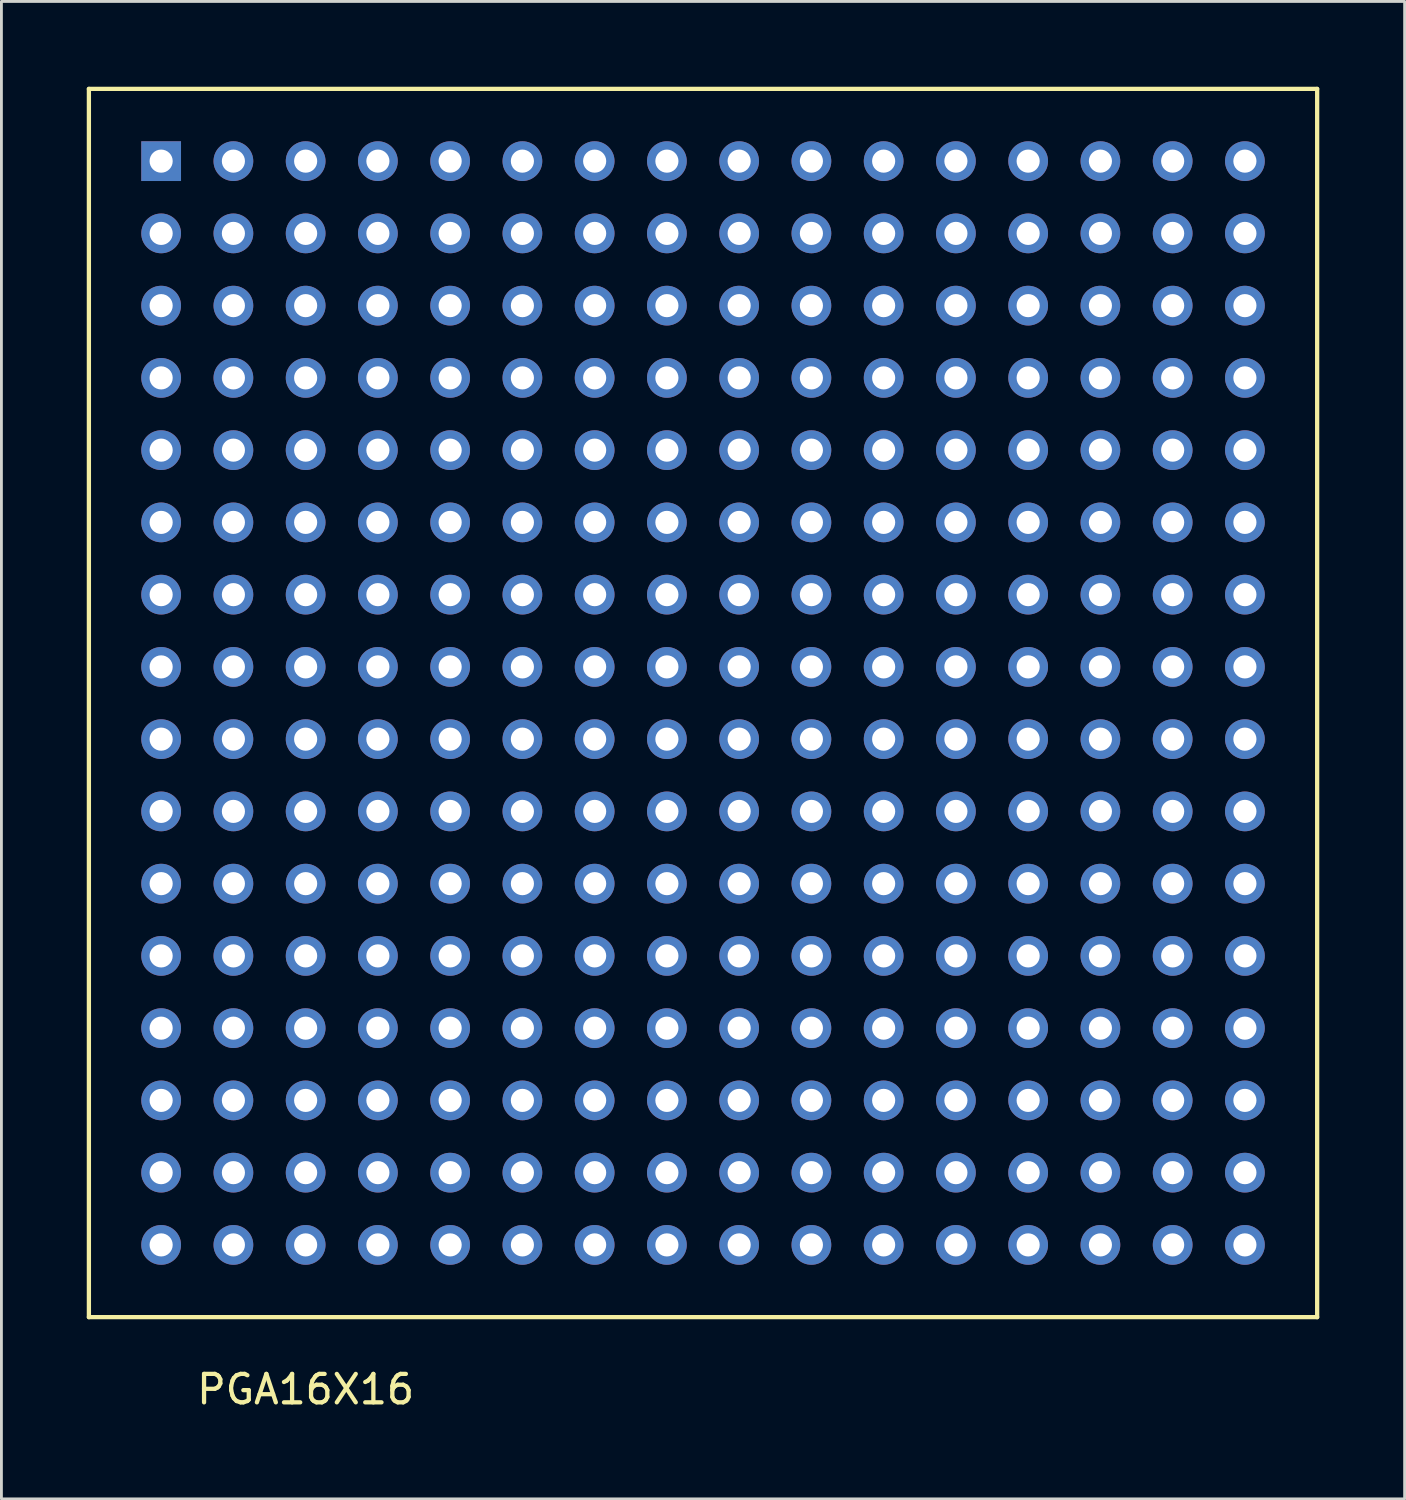
<source format=kicad_pcb>
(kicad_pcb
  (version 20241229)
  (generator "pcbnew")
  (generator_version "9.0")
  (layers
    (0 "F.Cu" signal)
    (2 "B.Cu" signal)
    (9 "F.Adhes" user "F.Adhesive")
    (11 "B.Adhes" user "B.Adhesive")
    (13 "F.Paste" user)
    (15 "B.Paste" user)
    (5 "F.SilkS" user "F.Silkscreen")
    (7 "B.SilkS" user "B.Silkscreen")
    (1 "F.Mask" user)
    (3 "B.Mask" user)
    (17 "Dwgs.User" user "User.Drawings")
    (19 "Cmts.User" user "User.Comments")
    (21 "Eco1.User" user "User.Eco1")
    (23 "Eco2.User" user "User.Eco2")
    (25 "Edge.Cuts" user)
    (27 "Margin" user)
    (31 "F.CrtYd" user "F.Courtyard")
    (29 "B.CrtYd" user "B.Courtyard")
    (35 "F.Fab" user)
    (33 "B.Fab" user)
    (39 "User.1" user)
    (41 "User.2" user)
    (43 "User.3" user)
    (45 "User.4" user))
  (footprint "PGA16X16"
    (layer "F.Cu")
    (at 21.665 21.665)
    (property "Reference" "PGA16X16" (at -13.97 24.13 0) (layer "F.SilkS") (effects (font (size 1 1) (thickness 0.15))))
    (attr through_hole)
    (fp_line (start -21.59 -21.59) (end 21.59 -21.59) (stroke (width 0.15) (type solid)) (layer "F.SilkS"))
    (fp_line (start -21.59 21.59) (end -21.59 -21.59) (stroke (width 0.15) (type solid)) (layer "F.SilkS"))
    (fp_line (start 21.59 -21.59) (end 21.59 21.59) (stroke (width 0.15) (type solid)) (layer "F.SilkS"))
    (fp_line (start 21.59 21.59) (end -21.59 21.59) (stroke (width 0.15) (type solid)) (layer "F.SilkS"))
    (pad "A1" thru_hole rect (at -19.05 -19.05) (size 1.397 1.397) (drill 0.813) (layers "*.Cu" "*.Mask"))
    (pad "A2" thru_hole circle (at -16.51 -19.05) (size 1.397 1.397) (drill 0.813) (layers "*.Cu" "*.Mask"))
    (pad "A3" thru_hole circle (at -13.97 -19.05) (size 1.397 1.397) (drill 0.813) (layers "*.Cu" "*.Mask"))
    (pad "A4" thru_hole circle (at -11.43 -19.05) (size 1.397 1.397) (drill 0.813) (layers "*.Cu" "*.Mask"))
    (pad "A5" thru_hole circle (at -8.89 -19.05) (size 1.397 1.397) (drill 0.813) (layers "*.Cu" "*.Mask"))
    (pad "A6" thru_hole circle (at -6.35 -19.05) (size 1.397 1.397) (drill 0.813) (layers "*.Cu" "*.Mask"))
    (pad "A7" thru_hole circle (at -3.81 -19.05) (size 1.397 1.397) (drill 0.813) (layers "*.Cu" "*.Mask"))
    (pad "A8" thru_hole circle (at -1.27 -19.05) (size 1.397 1.397) (drill 0.813) (layers "*.Cu" "*.Mask"))
    (pad "A9" thru_hole circle (at 1.27 -19.05) (size 1.397 1.397) (drill 0.813) (layers "*.Cu" "*.Mask"))
    (pad "A10" thru_hole circle (at 3.81 -19.05) (size 1.397 1.397) (drill 0.813) (layers "*.Cu" "*.Mask"))
    (pad "A11" thru_hole circle (at 6.35 -19.05) (size 1.397 1.397) (drill 0.813) (layers "*.Cu" "*.Mask"))
    (pad "A12" thru_hole circle (at 8.89 -19.05) (size 1.397 1.397) (drill 0.813) (layers "*.Cu" "*.Mask"))
    (pad "A13" thru_hole circle (at 11.43 -19.05) (size 1.397 1.397) (drill 0.813) (layers "*.Cu" "*.Mask"))
    (pad "A14" thru_hole circle (at 13.97 -19.05) (size 1.397 1.397) (drill 0.813) (layers "*.Cu" "*.Mask"))
    (pad "A15" thru_hole circle (at 16.51 -19.05) (size 1.397 1.397) (drill 0.813) (layers "*.Cu" "*.Mask"))
    (pad "A16" thru_hole circle (at 19.05 -19.05) (size 1.397 1.397) (drill 0.813) (layers "*.Cu" "*.Mask"))
    (pad "B1" thru_hole circle (at -19.05 -16.51) (size 1.397 1.397) (drill 0.813) (layers "*.Cu" "*.Mask"))
    (pad "B2" thru_hole circle (at -16.51 -16.51) (size 1.397 1.397) (drill 0.813) (layers "*.Cu" "*.Mask"))
    (pad "B3" thru_hole circle (at -13.97 -16.51) (size 1.397 1.397) (drill 0.813) (layers "*.Cu" "*.Mask"))
    (pad "B4" thru_hole circle (at -11.43 -16.51) (size 1.397 1.397) (drill 0.813) (layers "*.Cu" "*.Mask"))
    (pad "B5" thru_hole circle (at -8.89 -16.51) (size 1.397 1.397) (drill 0.813) (layers "*.Cu" "*.Mask"))
    (pad "B6" thru_hole circle (at -6.35 -16.51) (size 1.397 1.397) (drill 0.813) (layers "*.Cu" "*.Mask"))
    (pad "B7" thru_hole circle (at -3.81 -16.51) (size 1.397 1.397) (drill 0.813) (layers "*.Cu" "*.Mask"))
    (pad "B8" thru_hole circle (at -1.27 -16.51) (size 1.397 1.397) (drill 0.813) (layers "*.Cu" "*.Mask"))
    (pad "B9" thru_hole circle (at 1.27 -16.51) (size 1.397 1.397) (drill 0.813) (layers "*.Cu" "*.Mask"))
    (pad "B10" thru_hole circle (at 3.81 -16.51) (size 1.397 1.397) (drill 0.813) (layers "*.Cu" "*.Mask"))
    (pad "B11" thru_hole circle (at 6.35 -16.51) (size 1.397 1.397) (drill 0.813) (layers "*.Cu" "*.Mask"))
    (pad "B12" thru_hole circle (at 8.89 -16.51) (size 1.397 1.397) (drill 0.813) (layers "*.Cu" "*.Mask"))
    (pad "B13" thru_hole circle (at 11.43 -16.51) (size 1.397 1.397) (drill 0.813) (layers "*.Cu" "*.Mask"))
    (pad "B14" thru_hole circle (at 13.97 -16.51) (size 1.397 1.397) (drill 0.813) (layers "*.Cu" "*.Mask"))
    (pad "B15" thru_hole circle (at 16.51 -16.51) (size 1.397 1.397) (drill 0.813) (layers "*.Cu" "*.Mask"))
    (pad "B16" thru_hole circle (at 19.05 -16.51) (size 1.397 1.397) (drill 0.813) (layers "*.Cu" "*.Mask"))
    (pad "C1" thru_hole circle (at -19.05 -13.97) (size 1.397 1.397) (drill 0.813) (layers "*.Cu" "*.Mask"))
    (pad "C2" thru_hole circle (at -16.51 -13.97) (size 1.397 1.397) (drill 0.813) (layers "*.Cu" "*.Mask"))
    (pad "C3" thru_hole circle (at -13.97 -13.97) (size 1.397 1.397) (drill 0.813) (layers "*.Cu" "*.Mask"))
    (pad "C4" thru_hole circle (at -11.43 -13.97) (size 1.397 1.397) (drill 0.813) (layers "*.Cu" "*.Mask"))
    (pad "C5" thru_hole circle (at -8.89 -13.97) (size 1.397 1.397) (drill 0.813) (layers "*.Cu" "*.Mask"))
    (pad "C6" thru_hole circle (at -6.35 -13.97) (size 1.397 1.397) (drill 0.813) (layers "*.Cu" "*.Mask"))
    (pad "C7" thru_hole circle (at -3.81 -13.97) (size 1.397 1.397) (drill 0.813) (layers "*.Cu" "*.Mask"))
    (pad "C8" thru_hole circle (at -1.27 -13.97) (size 1.397 1.397) (drill 0.813) (layers "*.Cu" "*.Mask"))
    (pad "C9" thru_hole circle (at 1.27 -13.97) (size 1.397 1.397) (drill 0.813) (layers "*.Cu" "*.Mask"))
    (pad "C10" thru_hole circle (at 3.81 -13.97) (size 1.397 1.397) (drill 0.813) (layers "*.Cu" "*.Mask"))
    (pad "C11" thru_hole circle (at 6.35 -13.97) (size 1.397 1.397) (drill 0.813) (layers "*.Cu" "*.Mask"))
    (pad "C12" thru_hole circle (at 8.89 -13.97) (size 1.397 1.397) (drill 0.813) (layers "*.Cu" "*.Mask"))
    (pad "C13" thru_hole circle (at 11.43 -13.97) (size 1.397 1.397) (drill 0.813) (layers "*.Cu" "*.Mask"))
    (pad "C14" thru_hole circle (at 13.97 -13.97) (size 1.397 1.397) (drill 0.813) (layers "*.Cu" "*.Mask"))
    (pad "C15" thru_hole circle (at 16.51 -13.97) (size 1.397 1.397) (drill 0.813) (layers "*.Cu" "*.Mask"))
    (pad "C16" thru_hole circle (at 19.05 -13.97) (size 1.397 1.397) (drill 0.813) (layers "*.Cu" "*.Mask"))
    (pad "D1" thru_hole circle (at -19.05 -11.43) (size 1.397 1.397) (drill 0.813) (layers "*.Cu" "*.Mask"))
    (pad "D2" thru_hole circle (at -16.51 -11.43) (size 1.397 1.397) (drill 0.813) (layers "*.Cu" "*.Mask"))
    (pad "D3" thru_hole circle (at -13.97 -11.43) (size 1.397 1.397) (drill 0.813) (layers "*.Cu" "*.Mask"))
    (pad "D4" thru_hole circle (at -11.43 -11.43) (size 1.397 1.397) (drill 0.813) (layers "*.Cu" "*.Mask"))
    (pad "D5" thru_hole circle (at -8.89 -11.43) (size 1.397 1.397) (drill 0.813) (layers "*.Cu" "*.Mask"))
    (pad "D6" thru_hole circle (at -6.35 -11.43) (size 1.397 1.397) (drill 0.813) (layers "*.Cu" "*.Mask"))
    (pad "D7" thru_hole circle (at -3.81 -11.43) (size 1.397 1.397) (drill 0.813) (layers "*.Cu" "*.Mask"))
    (pad "D8" thru_hole circle (at -1.27 -11.43) (size 1.397 1.397) (drill 0.813) (layers "*.Cu" "*.Mask"))
    (pad "D9" thru_hole circle (at 1.27 -11.43) (size 1.397 1.397) (drill 0.813) (layers "*.Cu" "*.Mask"))
    (pad "D10" thru_hole circle (at 3.81 -11.43) (size 1.397 1.397) (drill 0.813) (layers "*.Cu" "*.Mask"))
    (pad "D11" thru_hole circle (at 6.35 -11.43) (size 1.397 1.397) (drill 0.813) (layers "*.Cu" "*.Mask"))
    (pad "D12" thru_hole circle (at 8.89 -11.43) (size 1.397 1.397) (drill 0.813) (layers "*.Cu" "*.Mask"))
    (pad "D13" thru_hole circle (at 11.43 -11.43) (size 1.397 1.397) (drill 0.813) (layers "*.Cu" "*.Mask"))
    (pad "D14" thru_hole circle (at 13.97 -11.43) (size 1.397 1.397) (drill 0.813) (layers "*.Cu" "*.Mask"))
    (pad "D15" thru_hole circle (at 16.51 -11.43) (size 1.397 1.397) (drill 0.813) (layers "*.Cu" "*.Mask"))
    (pad "D16" thru_hole circle (at 19.05 -11.43) (size 1.397 1.397) (drill 0.813) (layers "*.Cu" "*.Mask"))
    (pad "E1" thru_hole circle (at -19.05 -8.89) (size 1.397 1.397) (drill 0.813) (layers "*.Cu" "*.Mask"))
    (pad "E2" thru_hole circle (at -16.51 -8.89) (size 1.397 1.397) (drill 0.813) (layers "*.Cu" "*.Mask"))
    (pad "E3" thru_hole circle (at -13.97 -8.89) (size 1.397 1.397) (drill 0.813) (layers "*.Cu" "*.Mask"))
    (pad "E4" thru_hole circle (at -11.43 -8.89) (size 1.397 1.397) (drill 0.813) (layers "*.Cu" "*.Mask"))
    (pad "E5" thru_hole circle (at -8.89 -8.89) (size 1.397 1.397) (drill 0.813) (layers "*.Cu" "*.Mask"))
    (pad "E6" thru_hole circle (at -6.35 -8.89) (size 1.397 1.397) (drill 0.813) (layers "*.Cu" "*.Mask"))
    (pad "E7" thru_hole circle (at -3.81 -8.89) (size 1.397 1.397) (drill 0.813) (layers "*.Cu" "*.Mask"))
    (pad "E8" thru_hole circle (at -1.27 -8.89) (size 1.397 1.397) (drill 0.813) (layers "*.Cu" "*.Mask"))
    (pad "E9" thru_hole circle (at 1.27 -8.89) (size 1.397 1.397) (drill 0.813) (layers "*.Cu" "*.Mask"))
    (pad "E10" thru_hole circle (at 3.81 -8.89) (size 1.397 1.397) (drill 0.813) (layers "*.Cu" "*.Mask"))
    (pad "E11" thru_hole circle (at 6.35 -8.89) (size 1.397 1.397) (drill 0.813) (layers "*.Cu" "*.Mask"))
    (pad "E12" thru_hole circle (at 8.89 -8.89) (size 1.397 1.397) (drill 0.813) (layers "*.Cu" "*.Mask"))
    (pad "E13" thru_hole circle (at 11.43 -8.89) (size 1.397 1.397) (drill 0.813) (layers "*.Cu" "*.Mask"))
    (pad "E14" thru_hole circle (at 13.97 -8.89) (size 1.397 1.397) (drill 0.813) (layers "*.Cu" "*.Mask"))
    (pad "E15" thru_hole circle (at 16.51 -8.89) (size 1.397 1.397) (drill 0.813) (layers "*.Cu" "*.Mask"))
    (pad "E16" thru_hole circle (at 19.05 -8.89) (size 1.397 1.397) (drill 0.813) (layers "*.Cu" "*.Mask"))
    (pad "F1" thru_hole circle (at -19.05 -6.35) (size 1.397 1.397) (drill 0.813) (layers "*.Cu" "*.Mask"))
    (pad "F2" thru_hole circle (at -16.51 -6.35) (size 1.397 1.397) (drill 0.813) (layers "*.Cu" "*.Mask"))
    (pad "F3" thru_hole circle (at -13.97 -6.35) (size 1.397 1.397) (drill 0.813) (layers "*.Cu" "*.Mask"))
    (pad "F4" thru_hole circle (at -11.43 -6.35) (size 1.397 1.397) (drill 0.813) (layers "*.Cu" "*.Mask"))
    (pad "F5" thru_hole circle (at -8.89 -6.35) (size 1.397 1.397) (drill 0.813) (layers "*.Cu" "*.Mask"))
    (pad "F6" thru_hole circle (at -6.35 -6.35) (size 1.397 1.397) (drill 0.813) (layers "*.Cu" "*.Mask"))
    (pad "F7" thru_hole circle (at -3.81 -6.35) (size 1.397 1.397) (drill 0.813) (layers "*.Cu" "*.Mask"))
    (pad "F8" thru_hole circle (at -1.27 -6.35) (size 1.397 1.397) (drill 0.813) (layers "*.Cu" "*.Mask"))
    (pad "F9" thru_hole circle (at 1.27 -6.35) (size 1.397 1.397) (drill 0.813) (layers "*.Cu" "*.Mask"))
    (pad "F10" thru_hole circle (at 3.81 -6.35) (size 1.397 1.397) (drill 0.813) (layers "*.Cu" "*.Mask"))
    (pad "F11" thru_hole circle (at 6.35 -6.35) (size 1.397 1.397) (drill 0.813) (layers "*.Cu" "*.Mask"))
    (pad "F12" thru_hole circle (at 8.89 -6.35) (size 1.397 1.397) (drill 0.813) (layers "*.Cu" "*.Mask"))
    (pad "F13" thru_hole circle (at 11.43 -6.35) (size 1.397 1.397) (drill 0.813) (layers "*.Cu" "*.Mask"))
    (pad "F14" thru_hole circle (at 13.97 -6.35) (size 1.397 1.397) (drill 0.813) (layers "*.Cu" "*.Mask"))
    (pad "F15" thru_hole circle (at 16.51 -6.35) (size 1.397 1.397) (drill 0.813) (layers "*.Cu" "*.Mask"))
    (pad "F16" thru_hole circle (at 19.05 -6.35) (size 1.397 1.397) (drill 0.813) (layers "*.Cu" "*.Mask"))
    (pad "G1" thru_hole circle (at -19.05 -3.81) (size 1.397 1.397) (drill 0.813) (layers "*.Cu" "*.Mask"))
    (pad "G2" thru_hole circle (at -16.51 -3.81) (size 1.397 1.397) (drill 0.813) (layers "*.Cu" "*.Mask"))
    (pad "G3" thru_hole circle (at -13.97 -3.81) (size 1.397 1.397) (drill 0.813) (layers "*.Cu" "*.Mask"))
    (pad "G4" thru_hole circle (at -11.43 -3.81) (size 1.397 1.397) (drill 0.813) (layers "*.Cu" "*.Mask"))
    (pad "G5" thru_hole circle (at -8.89 -3.81) (size 1.397 1.397) (drill 0.813) (layers "*.Cu" "*.Mask"))
    (pad "G6" thru_hole circle (at -6.35 -3.81) (size 1.397 1.397) (drill 0.813) (layers "*.Cu" "*.Mask"))
    (pad "G7" thru_hole circle (at -3.81 -3.81) (size 1.397 1.397) (drill 0.813) (layers "*.Cu" "*.Mask"))
    (pad "G8" thru_hole circle (at -1.27 -3.81) (size 1.397 1.397) (drill 0.813) (layers "*.Cu" "*.Mask"))
    (pad "G9" thru_hole circle (at 1.27 -3.81) (size 1.397 1.397) (drill 0.813) (layers "*.Cu" "*.Mask"))
    (pad "G10" thru_hole circle (at 3.81 -3.81) (size 1.397 1.397) (drill 0.813) (layers "*.Cu" "*.Mask"))
    (pad "G11" thru_hole circle (at 6.35 -3.81) (size 1.397 1.397) (drill 0.813) (layers "*.Cu" "*.Mask"))
    (pad "G12" thru_hole circle (at 8.89 -3.81) (size 1.397 1.397) (drill 0.813) (layers "*.Cu" "*.Mask"))
    (pad "G13" thru_hole circle (at 11.43 -3.81) (size 1.397 1.397) (drill 0.813) (layers "*.Cu" "*.Mask"))
    (pad "G14" thru_hole circle (at 13.97 -3.81) (size 1.397 1.397) (drill 0.813) (layers "*.Cu" "*.Mask"))
    (pad "G15" thru_hole circle (at 16.51 -3.81) (size 1.397 1.397) (drill 0.813) (layers "*.Cu" "*.Mask"))
    (pad "G16" thru_hole circle (at 19.05 -3.81) (size 1.397 1.397) (drill 0.813) (layers "*.Cu" "*.Mask"))
    (pad "H1" thru_hole circle (at -19.05 -1.27) (size 1.397 1.397) (drill 0.813) (layers "*.Cu" "*.Mask"))
    (pad "H2" thru_hole circle (at -16.51 -1.27) (size 1.397 1.397) (drill 0.813) (layers "*.Cu" "*.Mask"))
    (pad "H3" thru_hole circle (at -13.97 -1.27) (size 1.397 1.397) (drill 0.813) (layers "*.Cu" "*.Mask"))
    (pad "H4" thru_hole circle (at -11.43 -1.27) (size 1.397 1.397) (drill 0.813) (layers "*.Cu" "*.Mask"))
    (pad "H5" thru_hole circle (at -8.89 -1.27) (size 1.397 1.397) (drill 0.813) (layers "*.Cu" "*.Mask"))
    (pad "H6" thru_hole circle (at -6.35 -1.27) (size 1.397 1.397) (drill 0.813) (layers "*.Cu" "*.Mask"))
    (pad "H7" thru_hole circle (at -3.81 -1.27) (size 1.397 1.397) (drill 0.813) (layers "*.Cu" "*.Mask"))
    (pad "H8" thru_hole circle (at -1.27 -1.27) (size 1.397 1.397) (drill 0.813) (layers "*.Cu" "*.Mask"))
    (pad "H9" thru_hole circle (at 1.27 -1.27) (size 1.397 1.397) (drill 0.813) (layers "*.Cu" "*.Mask"))
    (pad "H10" thru_hole circle (at 3.81 -1.27) (size 1.397 1.397) (drill 0.813) (layers "*.Cu" "*.Mask"))
    (pad "H11" thru_hole circle (at 6.35 -1.27) (size 1.397 1.397) (drill 0.813) (layers "*.Cu" "*.Mask"))
    (pad "H12" thru_hole circle (at 8.89 -1.27) (size 1.397 1.397) (drill 0.813) (layers "*.Cu" "*.Mask"))
    (pad "H13" thru_hole circle (at 11.43 -1.27) (size 1.397 1.397) (drill 0.813) (layers "*.Cu" "*.Mask"))
    (pad "H14" thru_hole circle (at 13.97 -1.27) (size 1.397 1.397) (drill 0.813) (layers "*.Cu" "*.Mask"))
    (pad "H15" thru_hole circle (at 16.51 -1.27) (size 1.397 1.397) (drill 0.813) (layers "*.Cu" "*.Mask"))
    (pad "H16" thru_hole circle (at 19.05 -1.27) (size 1.397 1.397) (drill 0.813) (layers "*.Cu" "*.Mask"))
    (pad "J1" thru_hole circle (at -19.05 1.27) (size 1.397 1.397) (drill 0.813) (layers "*.Cu" "*.Mask"))
    (pad "J2" thru_hole circle (at -16.51 1.27) (size 1.397 1.397) (drill 0.813) (layers "*.Cu" "*.Mask"))
    (pad "J3" thru_hole circle (at -13.97 1.27) (size 1.397 1.397) (drill 0.813) (layers "*.Cu" "*.Mask"))
    (pad "J4" thru_hole circle (at -11.43 1.27) (size 1.397 1.397) (drill 0.813) (layers "*.Cu" "*.Mask"))
    (pad "J5" thru_hole circle (at -8.89 1.27) (size 1.397 1.397) (drill 0.813) (layers "*.Cu" "*.Mask"))
    (pad "J6" thru_hole circle (at -6.35 1.27) (size 1.397 1.397) (drill 0.813) (layers "*.Cu" "*.Mask"))
    (pad "J7" thru_hole circle (at -3.81 1.27) (size 1.397 1.397) (drill 0.813) (layers "*.Cu" "*.Mask"))
    (pad "J8" thru_hole circle (at -1.27 1.27) (size 1.397 1.397) (drill 0.813) (layers "*.Cu" "*.Mask"))
    (pad "J9" thru_hole circle (at 1.27 1.27) (size 1.397 1.397) (drill 0.813) (layers "*.Cu" "*.Mask"))
    (pad "J10" thru_hole circle (at 3.81 1.27) (size 1.397 1.397) (drill 0.813) (layers "*.Cu" "*.Mask"))
    (pad "J11" thru_hole circle (at 6.35 1.27) (size 1.397 1.397) (drill 0.813) (layers "*.Cu" "*.Mask"))
    (pad "J12" thru_hole circle (at 8.89 1.27) (size 1.397 1.397) (drill 0.813) (layers "*.Cu" "*.Mask"))
    (pad "J13" thru_hole circle (at 11.43 1.27) (size 1.397 1.397) (drill 0.813) (layers "*.Cu" "*.Mask"))
    (pad "J14" thru_hole circle (at 13.97 1.27) (size 1.397 1.397) (drill 0.813) (layers "*.Cu" "*.Mask"))
    (pad "J15" thru_hole circle (at 16.51 1.27) (size 1.397 1.397) (drill 0.813) (layers "*.Cu" "*.Mask"))
    (pad "J16" thru_hole circle (at 19.05 1.27) (size 1.397 1.397) (drill 0.813) (layers "*.Cu" "*.Mask"))
    (pad "K1" thru_hole circle (at -19.05 3.81) (size 1.397 1.397) (drill 0.813) (layers "*.Cu" "*.Mask"))
    (pad "K2" thru_hole circle (at -16.51 3.81) (size 1.397 1.397) (drill 0.813) (layers "*.Cu" "*.Mask"))
    (pad "K3" thru_hole circle (at -13.97 3.81) (size 1.397 1.397) (drill 0.813) (layers "*.Cu" "*.Mask"))
    (pad "K4" thru_hole circle (at -11.43 3.81) (size 1.397 1.397) (drill 0.813) (layers "*.Cu" "*.Mask"))
    (pad "K5" thru_hole circle (at -8.89 3.81) (size 1.397 1.397) (drill 0.813) (layers "*.Cu" "*.Mask"))
    (pad "K6" thru_hole circle (at -6.35 3.81) (size 1.397 1.397) (drill 0.813) (layers "*.Cu" "*.Mask"))
    (pad "K7" thru_hole circle (at -3.81 3.81) (size 1.397 1.397) (drill 0.813) (layers "*.Cu" "*.Mask"))
    (pad "K8" thru_hole circle (at -1.27 3.81) (size 1.397 1.397) (drill 0.813) (layers "*.Cu" "*.Mask"))
    (pad "K9" thru_hole circle (at 1.27 3.81) (size 1.397 1.397) (drill 0.813) (layers "*.Cu" "*.Mask"))
    (pad "K10" thru_hole circle (at 3.81 3.81) (size 1.397 1.397) (drill 0.813) (layers "*.Cu" "*.Mask"))
    (pad "K11" thru_hole circle (at 6.35 3.81) (size 1.397 1.397) (drill 0.813) (layers "*.Cu" "*.Mask"))
    (pad "K12" thru_hole circle (at 8.89 3.81) (size 1.397 1.397) (drill 0.813) (layers "*.Cu" "*.Mask"))
    (pad "K13" thru_hole circle (at 11.43 3.81) (size 1.397 1.397) (drill 0.813) (layers "*.Cu" "*.Mask"))
    (pad "K14" thru_hole circle (at 13.97 3.81) (size 1.397 1.397) (drill 0.813) (layers "*.Cu" "*.Mask"))
    (pad "K15" thru_hole circle (at 16.51 3.81) (size 1.397 1.397) (drill 0.813) (layers "*.Cu" "*.Mask"))
    (pad "K16" thru_hole circle (at 19.05 3.81) (size 1.397 1.397) (drill 0.813) (layers "*.Cu" "*.Mask"))
    (pad "L1" thru_hole circle (at -19.05 6.35) (size 1.397 1.397) (drill 0.813) (layers "*.Cu" "*.Mask"))
    (pad "L2" thru_hole circle (at -16.51 6.35) (size 1.397 1.397) (drill 0.813) (layers "*.Cu" "*.Mask"))
    (pad "L3" thru_hole circle (at -13.97 6.35) (size 1.397 1.397) (drill 0.813) (layers "*.Cu" "*.Mask"))
    (pad "L4" thru_hole circle (at -11.43 6.35) (size 1.397 1.397) (drill 0.813) (layers "*.Cu" "*.Mask"))
    (pad "L5" thru_hole circle (at -8.89 6.35) (size 1.397 1.397) (drill 0.813) (layers "*.Cu" "*.Mask"))
    (pad "L6" thru_hole circle (at -6.35 6.35) (size 1.397 1.397) (drill 0.813) (layers "*.Cu" "*.Mask"))
    (pad "L7" thru_hole circle (at -3.81 6.35) (size 1.397 1.397) (drill 0.813) (layers "*.Cu" "*.Mask"))
    (pad "L8" thru_hole circle (at -1.27 6.35) (size 1.397 1.397) (drill 0.813) (layers "*.Cu" "*.Mask"))
    (pad "L9" thru_hole circle (at 1.27 6.35) (size 1.397 1.397) (drill 0.813) (layers "*.Cu" "*.Mask"))
    (pad "L10" thru_hole circle (at 3.81 6.35) (size 1.397 1.397) (drill 0.813) (layers "*.Cu" "*.Mask"))
    (pad "L11" thru_hole circle (at 6.35 6.35) (size 1.397 1.397) (drill 0.813) (layers "*.Cu" "*.Mask"))
    (pad "L12" thru_hole circle (at 8.89 6.35) (size 1.397 1.397) (drill 0.813) (layers "*.Cu" "*.Mask"))
    (pad "L13" thru_hole circle (at 11.43 6.35) (size 1.397 1.397) (drill 0.813) (layers "*.Cu" "*.Mask"))
    (pad "L14" thru_hole circle (at 13.97 6.35) (size 1.397 1.397) (drill 0.813) (layers "*.Cu" "*.Mask"))
    (pad "L15" thru_hole circle (at 16.51 6.35) (size 1.397 1.397) (drill 0.813) (layers "*.Cu" "*.Mask"))
    (pad "L16" thru_hole circle (at 19.05 6.35) (size 1.397 1.397) (drill 0.813) (layers "*.Cu" "*.Mask"))
    (pad "M1" thru_hole circle (at -19.05 8.89) (size 1.397 1.397) (drill 0.813) (layers "*.Cu" "*.Mask"))
    (pad "M2" thru_hole circle (at -16.51 8.89) (size 1.397 1.397) (drill 0.813) (layers "*.Cu" "*.Mask"))
    (pad "M3" thru_hole circle (at -13.97 8.89) (size 1.397 1.397) (drill 0.813) (layers "*.Cu" "*.Mask"))
    (pad "M4" thru_hole circle (at -11.43 8.89) (size 1.397 1.397) (drill 0.813) (layers "*.Cu" "*.Mask"))
    (pad "M5" thru_hole circle (at -8.89 8.89) (size 1.397 1.397) (drill 0.813) (layers "*.Cu" "*.Mask"))
    (pad "M6" thru_hole circle (at -6.35 8.89) (size 1.397 1.397) (drill 0.813) (layers "*.Cu" "*.Mask"))
    (pad "M7" thru_hole circle (at -3.81 8.89) (size 1.397 1.397) (drill 0.813) (layers "*.Cu" "*.Mask"))
    (pad "M8" thru_hole circle (at -1.27 8.89) (size 1.397 1.397) (drill 0.813) (layers "*.Cu" "*.Mask"))
    (pad "M9" thru_hole circle (at 1.27 8.89) (size 1.397 1.397) (drill 0.813) (layers "*.Cu" "*.Mask"))
    (pad "M10" thru_hole circle (at 3.81 8.89) (size 1.397 1.397) (drill 0.813) (layers "*.Cu" "*.Mask"))
    (pad "M11" thru_hole circle (at 6.35 8.89) (size 1.397 1.397) (drill 0.813) (layers "*.Cu" "*.Mask"))
    (pad "M12" thru_hole circle (at 8.89 8.89) (size 1.397 1.397) (drill 0.813) (layers "*.Cu" "*.Mask"))
    (pad "M13" thru_hole circle (at 11.43 8.89) (size 1.397 1.397) (drill 0.813) (layers "*.Cu" "*.Mask"))
    (pad "M14" thru_hole circle (at 13.97 8.89) (size 1.397 1.397) (drill 0.813) (layers "*.Cu" "*.Mask"))
    (pad "M15" thru_hole circle (at 16.51 8.89) (size 1.397 1.397) (drill 0.813) (layers "*.Cu" "*.Mask"))
    (pad "M16" thru_hole circle (at 19.05 8.89) (size 1.397 1.397) (drill 0.813) (layers "*.Cu" "*.Mask"))
    (pad "N1" thru_hole circle (at -19.05 11.43) (size 1.397 1.397) (drill 0.813) (layers "*.Cu" "*.Mask"))
    (pad "N2" thru_hole circle (at -16.51 11.43) (size 1.397 1.397) (drill 0.813) (layers "*.Cu" "*.Mask"))
    (pad "N3" thru_hole circle (at -13.97 11.43) (size 1.397 1.397) (drill 0.813) (layers "*.Cu" "*.Mask"))
    (pad "N4" thru_hole circle (at -11.43 11.43) (size 1.397 1.397) (drill 0.813) (layers "*.Cu" "*.Mask"))
    (pad "N5" thru_hole circle (at -8.89 11.43) (size 1.397 1.397) (drill 0.813) (layers "*.Cu" "*.Mask"))
    (pad "N6" thru_hole circle (at -6.35 11.43) (size 1.397 1.397) (drill 0.813) (layers "*.Cu" "*.Mask"))
    (pad "N7" thru_hole circle (at -3.81 11.43) (size 1.397 1.397) (drill 0.813) (layers "*.Cu" "*.Mask"))
    (pad "N8" thru_hole circle (at -1.27 11.43) (size 1.397 1.397) (drill 0.813) (layers "*.Cu" "*.Mask"))
    (pad "N9" thru_hole circle (at 1.27 11.43) (size 1.397 1.397) (drill 0.813) (layers "*.Cu" "*.Mask"))
    (pad "N10" thru_hole circle (at 3.81 11.43) (size 1.397 1.397) (drill 0.813) (layers "*.Cu" "*.Mask"))
    (pad "N11" thru_hole circle (at 6.35 11.43) (size 1.397 1.397) (drill 0.813) (layers "*.Cu" "*.Mask"))
    (pad "N12" thru_hole circle (at 8.89 11.43) (size 1.397 1.397) (drill 0.813) (layers "*.Cu" "*.Mask"))
    (pad "N13" thru_hole circle (at 11.43 11.43) (size 1.397 1.397) (drill 0.813) (layers "*.Cu" "*.Mask"))
    (pad "N14" thru_hole circle (at 13.97 11.43) (size 1.397 1.397) (drill 0.813) (layers "*.Cu" "*.Mask"))
    (pad "N15" thru_hole circle (at 16.51 11.43) (size 1.397 1.397) (drill 0.813) (layers "*.Cu" "*.Mask"))
    (pad "N16" thru_hole circle (at 19.05 11.43) (size 1.397 1.397) (drill 0.813) (layers "*.Cu" "*.Mask"))
    (pad "P1" thru_hole circle (at -19.05 13.97) (size 1.397 1.397) (drill 0.813) (layers "*.Cu" "*.Mask"))
    (pad "P2" thru_hole circle (at -16.51 13.97) (size 1.397 1.397) (drill 0.813) (layers "*.Cu" "*.Mask"))
    (pad "P3" thru_hole circle (at -13.97 13.97) (size 1.397 1.397) (drill 0.813) (layers "*.Cu" "*.Mask"))
    (pad "P4" thru_hole circle (at -11.43 13.97) (size 1.397 1.397) (drill 0.813) (layers "*.Cu" "*.Mask"))
    (pad "P5" thru_hole circle (at -8.89 13.97) (size 1.397 1.397) (drill 0.813) (layers "*.Cu" "*.Mask"))
    (pad "P6" thru_hole circle (at -6.35 13.97) (size 1.397 1.397) (drill 0.813) (layers "*.Cu" "*.Mask"))
    (pad "P7" thru_hole circle (at -3.81 13.97) (size 1.397 1.397) (drill 0.813) (layers "*.Cu" "*.Mask"))
    (pad "P8" thru_hole circle (at -1.27 13.97) (size 1.397 1.397) (drill 0.813) (layers "*.Cu" "*.Mask"))
    (pad "P9" thru_hole circle (at 1.27 13.97) (size 1.397 1.397) (drill 0.813) (layers "*.Cu" "*.Mask"))
    (pad "P10" thru_hole circle (at 3.81 13.97) (size 1.397 1.397) (drill 0.813) (layers "*.Cu" "*.Mask"))
    (pad "P11" thru_hole circle (at 6.35 13.97) (size 1.397 1.397) (drill 0.813) (layers "*.Cu" "*.Mask"))
    (pad "P12" thru_hole circle (at 8.89 13.97) (size 1.397 1.397) (drill 0.813) (layers "*.Cu" "*.Mask"))
    (pad "P13" thru_hole circle (at 11.43 13.97) (size 1.397 1.397) (drill 0.813) (layers "*.Cu" "*.Mask"))
    (pad "P14" thru_hole circle (at 13.97 13.97) (size 1.397 1.397) (drill 0.813) (layers "*.Cu" "*.Mask"))
    (pad "P15" thru_hole circle (at 16.51 13.97) (size 1.397 1.397) (drill 0.813) (layers "*.Cu" "*.Mask"))
    (pad "P16" thru_hole circle (at 19.05 13.97) (size 1.397 1.397) (drill 0.813) (layers "*.Cu" "*.Mask"))
    (pad "R1" thru_hole circle (at -19.05 16.51) (size 1.397 1.397) (drill 0.813) (layers "*.Cu" "*.Mask"))
    (pad "R2" thru_hole circle (at -16.51 16.51) (size 1.397 1.397) (drill 0.813) (layers "*.Cu" "*.Mask"))
    (pad "R3" thru_hole circle (at -13.97 16.51) (size 1.397 1.397) (drill 0.813) (layers "*.Cu" "*.Mask"))
    (pad "R4" thru_hole circle (at -11.43 16.51) (size 1.397 1.397) (drill 0.813) (layers "*.Cu" "*.Mask"))
    (pad "R5" thru_hole circle (at -8.89 16.51) (size 1.397 1.397) (drill 0.813) (layers "*.Cu" "*.Mask"))
    (pad "R6" thru_hole circle (at -6.35 16.51) (size 1.397 1.397) (drill 0.813) (layers "*.Cu" "*.Mask"))
    (pad "R7" thru_hole circle (at -3.81 16.51) (size 1.397 1.397) (drill 0.813) (layers "*.Cu" "*.Mask"))
    (pad "R8" thru_hole circle (at -1.27 16.51) (size 1.397 1.397) (drill 0.813) (layers "*.Cu" "*.Mask"))
    (pad "R9" thru_hole circle (at 1.27 16.51) (size 1.397 1.397) (drill 0.813) (layers "*.Cu" "*.Mask"))
    (pad "R10" thru_hole circle (at 3.81 16.51) (size 1.397 1.397) (drill 0.813) (layers "*.Cu" "*.Mask"))
    (pad "R11" thru_hole circle (at 6.35 16.51) (size 1.397 1.397) (drill 0.813) (layers "*.Cu" "*.Mask"))
    (pad "R12" thru_hole circle (at 8.89 16.51) (size 1.397 1.397) (drill 0.813) (layers "*.Cu" "*.Mask"))
    (pad "R13" thru_hole circle (at 11.43 16.51) (size 1.397 1.397) (drill 0.813) (layers "*.Cu" "*.Mask"))
    (pad "R14" thru_hole circle (at 13.97 16.51) (size 1.397 1.397) (drill 0.813) (layers "*.Cu" "*.Mask"))
    (pad "R15" thru_hole circle (at 16.51 16.51) (size 1.397 1.397) (drill 0.813) (layers "*.Cu" "*.Mask"))
    (pad "R16" thru_hole circle (at 19.05 16.51) (size 1.397 1.397) (drill 0.813) (layers "*.Cu" "*.Mask"))
    (pad "T1" thru_hole circle (at -19.05 19.05) (size 1.397 1.397) (drill 0.813) (layers "*.Cu" "*.Mask"))
    (pad "T2" thru_hole circle (at -16.51 19.05) (size 1.397 1.397) (drill 0.813) (layers "*.Cu" "*.Mask"))
    (pad "T3" thru_hole circle (at -13.97 19.05) (size 1.397 1.397) (drill 0.813) (layers "*.Cu" "*.Mask"))
    (pad "T4" thru_hole circle (at -11.43 19.05) (size 1.397 1.397) (drill 0.813) (layers "*.Cu" "*.Mask"))
    (pad "T5" thru_hole circle (at -8.89 19.05) (size 1.397 1.397) (drill 0.813) (layers "*.Cu" "*.Mask"))
    (pad "T6" thru_hole circle (at -6.35 19.05) (size 1.397 1.397) (drill 0.813) (layers "*.Cu" "*.Mask"))
    (pad "T7" thru_hole circle (at -3.81 19.05) (size 1.397 1.397) (drill 0.813) (layers "*.Cu" "*.Mask"))
    (pad "T8" thru_hole circle (at -1.27 19.05) (size 1.397 1.397) (drill 0.813) (layers "*.Cu" "*.Mask"))
    (pad "T9" thru_hole circle (at 1.27 19.05) (size 1.397 1.397) (drill 0.813) (layers "*.Cu" "*.Mask"))
    (pad "T10" thru_hole circle (at 3.81 19.05) (size 1.397 1.397) (drill 0.813) (layers "*.Cu" "*.Mask"))
    (pad "T11" thru_hole circle (at 6.35 19.05) (size 1.397 1.397) (drill 0.813) (layers "*.Cu" "*.Mask"))
    (pad "T12" thru_hole circle (at 8.89 19.05) (size 1.397 1.397) (drill 0.813) (layers "*.Cu" "*.Mask"))
    (pad "T13" thru_hole circle (at 11.43 19.05) (size 1.397 1.397) (drill 0.813) (layers "*.Cu" "*.Mask"))
    (pad "T14" thru_hole circle (at 13.97 19.05) (size 1.397 1.397) (drill 0.813) (layers "*.Cu" "*.Mask"))
    (pad "T15" thru_hole circle (at 16.51 19.05) (size 1.397 1.397) (drill 0.813) (layers "*.Cu" "*.Mask"))
    (pad "T16" thru_hole circle (at 19.05 19.05) (size 1.397 1.397) (drill 0.813) (layers "*.Cu" "*.Mask")))
  (gr_rect
    (start -3 -3)
    (end 46.33 49.643)
    (stroke (width 0.1) (type default))
    (fill no)
    (layer "Edge.Cuts")))
</source>
